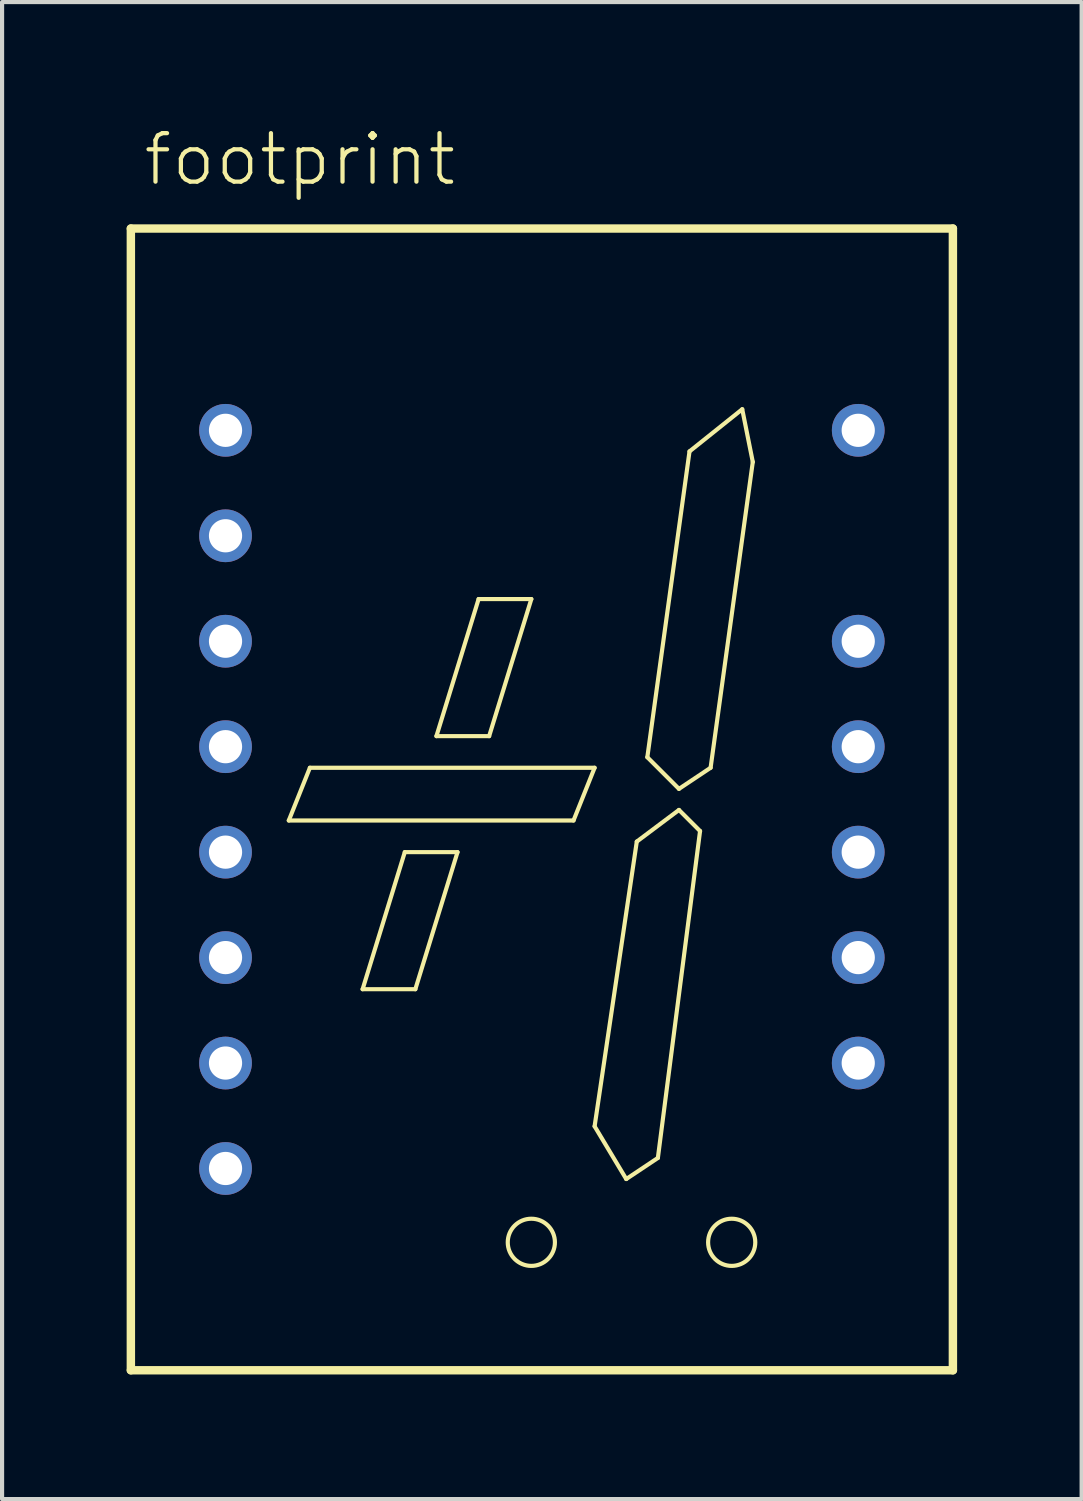
<source format=kicad_pcb>
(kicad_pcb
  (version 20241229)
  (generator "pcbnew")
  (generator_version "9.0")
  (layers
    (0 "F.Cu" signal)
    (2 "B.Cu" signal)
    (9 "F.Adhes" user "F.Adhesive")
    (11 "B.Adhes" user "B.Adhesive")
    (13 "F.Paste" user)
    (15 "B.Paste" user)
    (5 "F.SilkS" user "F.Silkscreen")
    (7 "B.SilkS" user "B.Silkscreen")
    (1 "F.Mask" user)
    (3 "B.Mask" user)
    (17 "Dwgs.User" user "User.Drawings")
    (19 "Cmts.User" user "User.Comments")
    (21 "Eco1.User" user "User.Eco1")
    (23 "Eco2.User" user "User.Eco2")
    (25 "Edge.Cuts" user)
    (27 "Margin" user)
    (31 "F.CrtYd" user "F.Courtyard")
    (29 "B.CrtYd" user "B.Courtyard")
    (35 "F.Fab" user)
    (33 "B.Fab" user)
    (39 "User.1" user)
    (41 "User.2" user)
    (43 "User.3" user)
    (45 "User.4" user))
  (footprint "footprint"
    (layer "F.Cu")
    (at 10.002 16.205)
    (property "Reference" "footprint" (at -9.652 -14.732 0) (layer "F.SilkS") (effects (font (size 1.168 1.168) (thickness 0.102)) (justify left bottom)))
    (fp_line (start -9.9 -13.75) (end 9.9 -13.75) (stroke (width 0.203) (type solid)) (layer "F.SilkS"))
    (fp_line (start -9.9 13.75) (end -9.9 -13.75) (stroke (width 0.203) (type solid)) (layer "F.SilkS"))
    (fp_line (start -6.096 0.508) (end -5.588 -0.762) (stroke (width 0.1) (type solid)) (layer "F.SilkS"))
    (fp_line (start -5.588 -0.762) (end 1.27 -0.762) (stroke (width 0.1) (type solid)) (layer "F.SilkS"))
    (fp_line (start -4.318 4.572) (end -3.048 4.572) (stroke (width 0.1) (type solid)) (layer "F.SilkS"))
    (fp_line (start -3.302 1.27) (end -4.318 4.572) (stroke (width 0.1) (type solid)) (layer "F.SilkS"))
    (fp_line (start -3.048 4.572) (end -2.032 1.27) (stroke (width 0.1) (type solid)) (layer "F.SilkS"))
    (fp_line (start -2.54 -1.524) (end -1.27 -1.524) (stroke (width 0.1) (type solid)) (layer "F.SilkS"))
    (fp_line (start -2.032 1.27) (end -3.302 1.27) (stroke (width 0.1) (type solid)) (layer "F.SilkS"))
    (fp_line (start -1.524 -4.826) (end -2.54 -1.524) (stroke (width 0.1) (type solid)) (layer "F.SilkS"))
    (fp_line (start -1.27 -1.524) (end -0.254 -4.826) (stroke (width 0.1) (type solid)) (layer "F.SilkS"))
    (fp_line (start -0.254 -4.826) (end -1.524 -4.826) (stroke (width 0.1) (type solid)) (layer "F.SilkS"))
    (fp_line (start 0.762 0.508) (end -6.096 0.508) (stroke (width 0.1) (type solid)) (layer "F.SilkS"))
    (fp_line (start 1.27 -0.762) (end 0.762 0.508) (stroke (width 0.1) (type solid)) (layer "F.SilkS"))
    (fp_line (start 1.27 7.874) (end 2.032 9.144) (stroke (width 0.1) (type solid)) (layer "F.SilkS"))
    (fp_line (start 2.032 9.144) (end 2.794 8.636) (stroke (width 0.1) (type solid)) (layer "F.SilkS"))
    (fp_line (start 2.286 1.016) (end 1.27 7.874) (stroke (width 0.1) (type solid)) (layer "F.SilkS"))
    (fp_line (start 2.54 -1.016) (end 3.556 -8.382) (stroke (width 0.1) (type solid)) (layer "F.SilkS"))
    (fp_line (start 2.794 8.636) (end 3.81 0.762) (stroke (width 0.1) (type solid)) (layer "F.SilkS"))
    (fp_line (start 3.302 -0.254) (end 2.54 -1.016) (stroke (width 0.1) (type solid)) (layer "F.SilkS"))
    (fp_line (start 3.302 0.254) (end 2.286 1.016) (stroke (width 0.1) (type solid)) (layer "F.SilkS"))
    (fp_line (start 3.556 -8.382) (end 4.826 -9.398) (stroke (width 0.1) (type solid)) (layer "F.SilkS"))
    (fp_line (start 3.81 0.762) (end 3.302 0.254) (stroke (width 0.1) (type solid)) (layer "F.SilkS"))
    (fp_line (start 4.064 -0.762) (end 3.302 -0.254) (stroke (width 0.1) (type solid)) (layer "F.SilkS"))
    (fp_line (start 4.826 -9.398) (end 5.08 -8.128) (stroke (width 0.1) (type solid)) (layer "F.SilkS"))
    (fp_line (start 5.08 -8.128) (end 4.064 -0.762) (stroke (width 0.1) (type solid)) (layer "F.SilkS"))
    (fp_line (start 9.9 -13.75) (end 9.9 13.75) (stroke (width 0.203) (type solid)) (layer "F.SilkS"))
    (fp_line (start 9.9 13.75) (end -9.9 13.75) (stroke (width 0.203) (type solid)) (layer "F.SilkS"))
    (fp_circle (center -0.254 10.668) (end 0.314 10.668) (stroke (width 0.1) (type solid)) (fill no) (layer "F.SilkS"))
    (fp_circle (center 4.572 10.668) (end 5.14 10.668) (stroke (width 0.1) (type solid)) (fill no) (layer "F.SilkS"))
    (pad "1" thru_hole circle (at -7.62 -8.89) (size 1.27 1.27) (drill 0.8) (layers "*.Cu" "*.Mask"))
    (pad "2" thru_hole circle (at -7.62 -6.35) (size 1.27 1.27) (drill 0.8) (layers "*.Cu" "*.Mask"))
    (pad "3" thru_hole circle (at -7.62 -3.81) (size 1.27 1.27) (drill 0.8) (layers "*.Cu" "*.Mask"))
    (pad "4" thru_hole circle (at -7.62 -1.27) (size 1.27 1.27) (drill 0.8) (layers "*.Cu" "*.Mask"))
    (pad "5" thru_hole circle (at -7.62 1.27) (size 1.27 1.27) (drill 0.8) (layers "*.Cu" "*.Mask"))
    (pad "6" thru_hole circle (at -7.62 3.81) (size 1.27 1.27) (drill 0.8) (layers "*.Cu" "*.Mask"))
    (pad "7" thru_hole circle (at -7.62 6.35) (size 1.27 1.27) (drill 0.8) (layers "*.Cu" "*.Mask"))
    (pad "8" thru_hole circle (at -7.62 8.89) (size 1.27 1.27) (drill 0.8) (layers "*.Cu" "*.Mask"))
    (pad "10" thru_hole circle (at 7.62 6.35) (size 1.27 1.27) (drill 0.8) (layers "*.Cu" "*.Mask"))
    (pad "11" thru_hole circle (at 7.62 3.81) (size 1.27 1.27) (drill 0.8) (layers "*.Cu" "*.Mask"))
    (pad "12" thru_hole circle (at 7.62 1.27) (size 1.27 1.27) (drill 0.8) (layers "*.Cu" "*.Mask"))
    (pad "13" thru_hole circle (at 7.62 -1.27) (size 1.27 1.27) (drill 0.8) (layers "*.Cu" "*.Mask"))
    (pad "14" thru_hole circle (at 7.62 -3.81) (size 1.27 1.27) (drill 0.8) (layers "*.Cu" "*.Mask"))
    (pad "16" thru_hole circle (at 7.62 -8.89) (size 1.27 1.27) (drill 0.8) (layers "*.Cu" "*.Mask")))
  (gr_rect
    (start -3 -3)
    (end 23.003 33.057)
    (stroke (width 0.1) (type default))
    (fill no)
    (layer "Edge.Cuts")))
</source>
